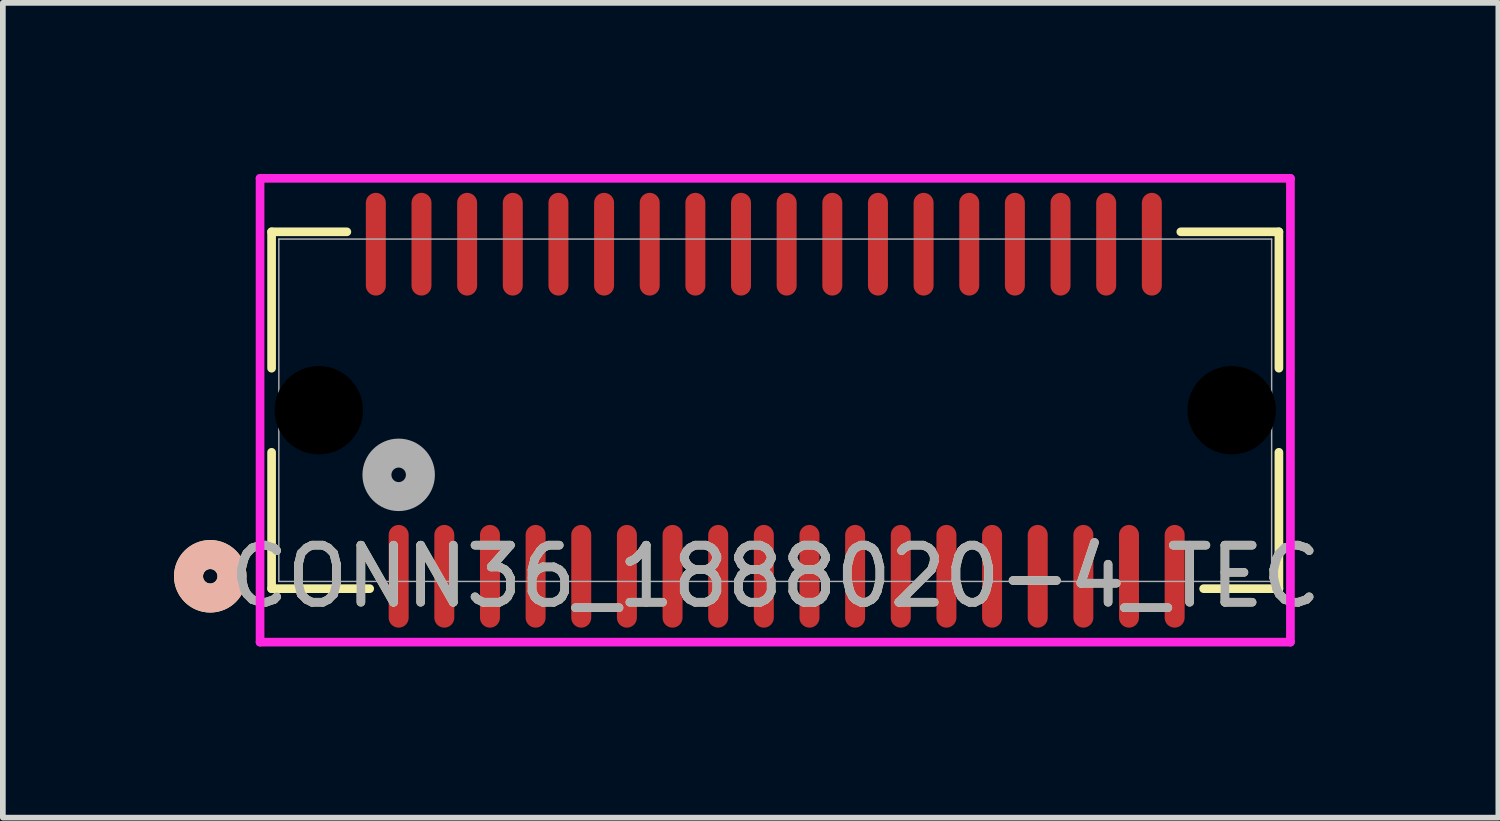
<source format=kicad_pcb>
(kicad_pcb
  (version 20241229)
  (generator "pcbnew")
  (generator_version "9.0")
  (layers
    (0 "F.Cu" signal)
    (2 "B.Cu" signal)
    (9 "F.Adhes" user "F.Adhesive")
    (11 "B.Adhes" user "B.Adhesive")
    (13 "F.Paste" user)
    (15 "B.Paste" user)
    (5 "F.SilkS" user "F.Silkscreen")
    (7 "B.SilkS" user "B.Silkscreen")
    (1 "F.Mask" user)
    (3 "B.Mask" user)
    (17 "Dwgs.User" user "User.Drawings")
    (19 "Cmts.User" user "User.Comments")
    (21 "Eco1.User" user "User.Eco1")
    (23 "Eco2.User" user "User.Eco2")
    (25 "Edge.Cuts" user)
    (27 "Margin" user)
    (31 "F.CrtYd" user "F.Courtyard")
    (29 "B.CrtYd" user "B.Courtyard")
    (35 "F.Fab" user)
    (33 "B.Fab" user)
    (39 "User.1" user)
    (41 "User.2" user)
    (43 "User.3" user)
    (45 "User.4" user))
  (footprint "CONN36_1888020-4_TEC"
    (layer "F.Cu")
    (at 3.937 7.05)
    (property "Reference" "CONN36_1888020-4_TEC" (at 6.6 0 0) (unlocked yes) (layer "F.SilkS") (effects (font (size 1 1) (thickness 0.15))))
    (attr smd)
    (fp_line (start -2.227 -6.037) (end -2.227 -3.647) (stroke (width 0.152) (type solid)) (layer "F.SilkS"))
    (fp_line (start -2.227 -2.173) (end -2.227 0.217) (stroke (width 0.152) (type solid)) (layer "F.SilkS"))
    (fp_line (start -2.227 0.217) (end -0.508 0.217) (stroke (width 0.152) (type solid)) (layer "F.SilkS"))
    (fp_line (start -0.908 -6.037) (end -2.227 -6.037) (stroke (width 0.152) (type solid)) (layer "F.SilkS"))
    (fp_line (start 14.108 0.217) (end 15.427 0.217) (stroke (width 0.152) (type solid)) (layer "F.SilkS"))
    (fp_line (start 15.427 -6.037) (end 13.708 -6.037) (stroke (width 0.152) (type solid)) (layer "F.SilkS"))
    (fp_line (start 15.427 -3.647) (end 15.427 -6.037) (stroke (width 0.152) (type solid)) (layer "F.SilkS"))
    (fp_line (start 15.427 0.217) (end 15.427 -2.173) (stroke (width 0.152) (type solid)) (layer "F.SilkS"))
    (fp_circle (center -3.302 0) (end -2.921 0) (stroke (width 0.508) (type solid)) (fill no) (layer "F.SilkS"))
    (fp_circle (center -3.302 0) (end -2.921 0) (stroke (width 0.508) (type solid)) (fill no) (layer "B.SilkS"))
    (fp_line (start -2.429 -6.974) (end -2.429 1.154) (stroke (width 0.152) (type solid)) (layer "F.CrtYd"))
    (fp_line (start -2.429 1.154) (end 15.629 1.154) (stroke (width 0.152) (type solid)) (layer "F.CrtYd"))
    (fp_line (start 15.629 -6.974) (end -2.429 -6.974) (stroke (width 0.152) (type solid)) (layer "F.CrtYd"))
    (fp_line (start 15.629 1.154) (end 15.629 -6.974) (stroke (width 0.152) (type solid)) (layer "F.CrtYd"))
    (fp_line (start -2.1 -5.91) (end -2.1 0.09) (stroke (width 0.025) (type solid)) (layer "F.Fab"))
    (fp_line (start -2.1 0.09) (end 15.3 0.09) (stroke (width 0.025) (type solid)) (layer "F.Fab"))
    (fp_line (start 15.3 -5.91) (end -2.1 -5.91) (stroke (width 0.025) (type solid)) (layer "F.Fab"))
    (fp_line (start 15.3 0.09) (end 15.3 -5.91) (stroke (width 0.025) (type solid)) (layer "F.Fab"))
    (fp_circle (center 0 -1.778) (end 0.381 -1.778) (stroke (width 0.508) (type solid)) (fill no) (layer "F.Fab"))
    (fp_text user "${REFERENCE}" (at 6.6 0 0) (unlocked yes) (layer "F.Fab") (effects (font (size 1 1) (thickness 0.15))))
    (pad "" np_thru_hole circle (at -1.4 -2.91) (size 1.55 1.55) (drill 1.55) (layers))
    (pad "" np_thru_hole circle (at 14.6 -2.91) (size 1.55 1.55) (drill 1.55) (layers))
    (pad "A1" smd oval (at 0 0) (size 0.35 1.8) (layers "F.Cu" "F.Mask" "F.Paste"))
    (pad "A2" smd oval (at 0.8 0) (size 0.35 1.8) (layers "F.Cu" "F.Mask" "F.Paste"))
    (pad "A3" smd oval (at 1.6 0) (size 0.35 1.8) (layers "F.Cu" "F.Mask" "F.Paste"))
    (pad "A4" smd oval (at 2.4 0) (size 0.35 1.8) (layers "F.Cu" "F.Mask" "F.Paste"))
    (pad "A5" smd oval (at 3.2 0) (size 0.35 1.8) (layers "F.Cu" "F.Mask" "F.Paste"))
    (pad "A6" smd oval (at 4 0) (size 0.35 1.8) (layers "F.Cu" "F.Mask" "F.Paste"))
    (pad "A7" smd oval (at 4.8 0) (size 0.35 1.8) (layers "F.Cu" "F.Mask" "F.Paste"))
    (pad "A8" smd oval (at 5.6 0) (size 0.35 1.8) (layers "F.Cu" "F.Mask" "F.Paste"))
    (pad "A9" smd oval (at 6.4 0) (size 0.35 1.8) (layers "F.Cu" "F.Mask" "F.Paste"))
    (pad "A10" smd oval (at 7.2 0) (size 0.35 1.8) (layers "F.Cu" "F.Mask" "F.Paste"))
    (pad "A11" smd oval (at 8 0) (size 0.35 1.8) (layers "F.Cu" "F.Mask" "F.Paste"))
    (pad "A12" smd oval (at 8.8 0) (size 0.35 1.8) (layers "F.Cu" "F.Mask" "F.Paste"))
    (pad "A13" smd oval (at 9.6 0) (size 0.35 1.8) (layers "F.Cu" "F.Mask" "F.Paste"))
    (pad "A14" smd oval (at 10.4 0) (size 0.35 1.8) (layers "F.Cu" "F.Mask" "F.Paste"))
    (pad "A15" smd oval (at 11.2 0) (size 0.35 1.8) (layers "F.Cu" "F.Mask" "F.Paste"))
    (pad "A16" smd oval (at 12 0) (size 0.35 1.8) (layers "F.Cu" "F.Mask" "F.Paste"))
    (pad "A17" smd oval (at 12.8 0) (size 0.35 1.8) (layers "F.Cu" "F.Mask" "F.Paste"))
    (pad "A18" smd oval (at 13.6 0) (size 0.35 1.8) (layers "F.Cu" "F.Mask" "F.Paste"))
    (pad "B1" smd oval (at -0.4 -5.82) (size 0.35 1.8) (layers "F.Cu" "F.Mask" "F.Paste"))
    (pad "B2" smd oval (at 0.4 -5.82) (size 0.35 1.8) (layers "F.Cu" "F.Mask" "F.Paste"))
    (pad "B3" smd oval (at 1.2 -5.82) (size 0.35 1.8) (layers "F.Cu" "F.Mask" "F.Paste"))
    (pad "B4" smd oval (at 2 -5.82) (size 0.35 1.8) (layers "F.Cu" "F.Mask" "F.Paste"))
    (pad "B5" smd oval (at 2.8 -5.82) (size 0.35 1.8) (layers "F.Cu" "F.Mask" "F.Paste"))
    (pad "B6" smd oval (at 3.6 -5.82) (size 0.35 1.8) (layers "F.Cu" "F.Mask" "F.Paste"))
    (pad "B7" smd oval (at 4.4 -5.82) (size 0.35 1.8) (layers "F.Cu" "F.Mask" "F.Paste"))
    (pad "B8" smd oval (at 5.2 -5.82) (size 0.35 1.8) (layers "F.Cu" "F.Mask" "F.Paste"))
    (pad "B9" smd oval (at 6 -5.82) (size 0.35 1.8) (layers "F.Cu" "F.Mask" "F.Paste"))
    (pad "B10" smd oval (at 6.8 -5.82) (size 0.35 1.8) (layers "F.Cu" "F.Mask" "F.Paste"))
    (pad "B11" smd oval (at 7.6 -5.82) (size 0.35 1.8) (layers "F.Cu" "F.Mask" "F.Paste"))
    (pad "B12" smd oval (at 8.4 -5.82) (size 0.35 1.8) (layers "F.Cu" "F.Mask" "F.Paste"))
    (pad "B13" smd oval (at 9.2 -5.82) (size 0.35 1.8) (layers "F.Cu" "F.Mask" "F.Paste"))
    (pad "B14" smd oval (at 10 -5.82) (size 0.35 1.8) (layers "F.Cu" "F.Mask" "F.Paste"))
    (pad "B15" smd oval (at 10.8 -5.82) (size 0.35 1.8) (layers "F.Cu" "F.Mask" "F.Paste"))
    (pad "B16" smd oval (at 11.6 -5.82) (size 0.35 1.8) (layers "F.Cu" "F.Mask" "F.Paste"))
    (pad "B17" smd oval (at 12.4 -5.82) (size 0.35 1.8) (layers "F.Cu" "F.Mask" "F.Paste"))
    (pad "B18" smd oval (at 13.2 -5.82) (size 0.35 1.8) (layers "F.Cu" "F.Mask" "F.Paste")))
  (gr_rect
    (start -3 -3)
    (end 23.21 11.28)
    (stroke (width 0.1) (type default))
    (fill no)
    (layer "Edge.Cuts")))
</source>
